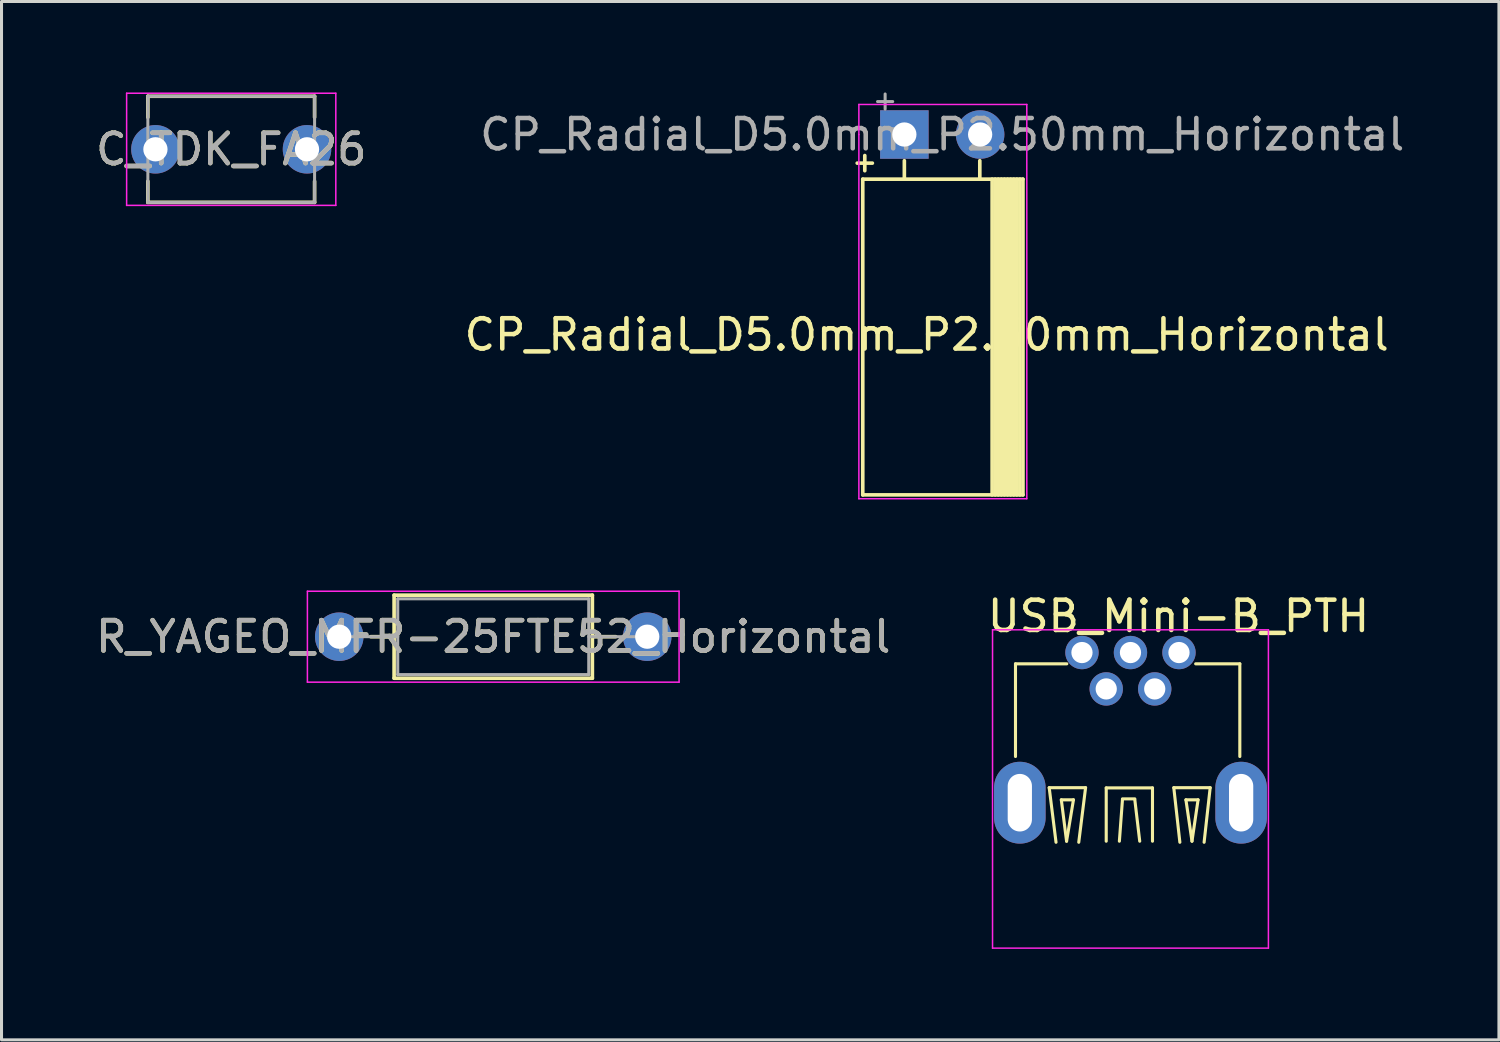
<source format=kicad_pcb>
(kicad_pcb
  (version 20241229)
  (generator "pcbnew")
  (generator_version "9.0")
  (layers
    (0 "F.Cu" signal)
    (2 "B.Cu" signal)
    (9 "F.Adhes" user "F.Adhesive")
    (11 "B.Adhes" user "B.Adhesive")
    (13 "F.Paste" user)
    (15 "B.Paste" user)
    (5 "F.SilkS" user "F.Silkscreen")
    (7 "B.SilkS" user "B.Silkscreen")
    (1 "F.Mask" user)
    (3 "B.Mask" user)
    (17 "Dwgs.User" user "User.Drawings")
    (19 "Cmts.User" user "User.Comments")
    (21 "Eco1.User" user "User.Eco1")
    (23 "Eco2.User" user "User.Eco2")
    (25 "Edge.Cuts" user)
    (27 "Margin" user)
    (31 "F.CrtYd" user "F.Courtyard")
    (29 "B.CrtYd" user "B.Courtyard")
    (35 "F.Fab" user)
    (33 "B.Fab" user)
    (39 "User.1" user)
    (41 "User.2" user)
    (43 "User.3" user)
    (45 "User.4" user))
  (footprint "R_YAGEO_MFR-25FTE52_Horizontal"
    (layer "F.Cu")
    (at 8.14 17.952)
    (property "Reference" "R_YAGEO_MFR-25FTE52_Horizontal" (at 5.08 0 0) (layer "F.SilkS") (effects (font (size 1 1) (thickness 0.15))))
    (attr through_hole)
    (fp_line (start 1.04 0) (end 1.81 0) (stroke (width 0.12) (type solid)) (layer "F.SilkS"))
    (fp_line (start 1.81 -1.37) (end 1.81 1.37) (stroke (width 0.12) (type solid)) (layer "F.SilkS"))
    (fp_line (start 1.81 1.37) (end 8.35 1.37) (stroke (width 0.12) (type solid)) (layer "F.SilkS"))
    (fp_line (start 8.35 -1.37) (end 1.81 -1.37) (stroke (width 0.12) (type solid)) (layer "F.SilkS"))
    (fp_line (start 8.35 1.37) (end 8.35 -1.37) (stroke (width 0.12) (type solid)) (layer "F.SilkS"))
    (fp_line (start 9.12 0) (end 8.35 0) (stroke (width 0.12) (type solid)) (layer "F.SilkS"))
    (fp_line (start -1.05 -1.5) (end -1.05 1.5) (stroke (width 0.05) (type solid)) (layer "F.CrtYd"))
    (fp_line (start -1.05 1.5) (end 11.21 1.5) (stroke (width 0.05) (type solid)) (layer "F.CrtYd"))
    (fp_line (start 11.21 -1.5) (end -1.05 -1.5) (stroke (width 0.05) (type solid)) (layer "F.CrtYd"))
    (fp_line (start 11.21 1.5) (end 11.21 -1.5) (stroke (width 0.05) (type solid)) (layer "F.CrtYd"))
    (fp_line (start 0 0) (end 1.93 0) (stroke (width 0.1) (type solid)) (layer "F.Fab"))
    (fp_line (start 1.93 -1.25) (end 1.93 1.25) (stroke (width 0.1) (type solid)) (layer "F.Fab"))
    (fp_line (start 1.93 1.25) (end 8.23 1.25) (stroke (width 0.1) (type solid)) (layer "F.Fab"))
    (fp_line (start 8.23 -1.25) (end 1.93 -1.25) (stroke (width 0.1) (type solid)) (layer "F.Fab"))
    (fp_line (start 8.23 1.25) (end 8.23 -1.25) (stroke (width 0.1) (type solid)) (layer "F.Fab"))
    (fp_line (start 10.16 0) (end 8.23 0) (stroke (width 0.1) (type solid)) (layer "F.Fab"))
    (fp_text user "${REFERENCE}" (at 5.08 0 0) (layer "F.Fab") (effects (font (size 1 1) (thickness 0.15))))
    (pad "1" thru_hole circle (at 0 0) (size 1.6 1.6) (drill 0.8) (layers "*.Cu" "*.Mask"))
    (pad "2" thru_hole oval (at 10.16 0) (size 1.6 1.6) (drill 0.8) (layers "*.Cu" "*.Mask")))
  (footprint "C_TDK_FA26"
    (layer "F.Cu")
    (at 2.077 1.875)
    (property "Reference" "C_TDK_FA26" (at 2.5 0 0) (layer "F.SilkS") (effects (font (size 1 1) (thickness 0.15))))
    (attr through_hole)
    (fp_line (start -0.25 -1.75) (end -0.25 -1.055) (stroke (width 0.12) (type solid)) (layer "F.SilkS"))
    (fp_line (start -0.25 -1.75) (end 5.25 -1.75) (stroke (width 0.12) (type solid)) (layer "F.SilkS"))
    (fp_line (start -0.25 1.75) (end -0.25 1.055) (stroke (width 0.12) (type solid)) (layer "F.SilkS"))
    (fp_line (start -0.25 1.75) (end 5.25 1.75) (stroke (width 0.12) (type solid)) (layer "F.SilkS"))
    (fp_line (start 5.25 -1.75) (end 5.25 -1.055) (stroke (width 0.12) (type solid)) (layer "F.SilkS"))
    (fp_line (start 5.25 1.75) (end 5.25 1.055) (stroke (width 0.12) (type solid)) (layer "F.SilkS"))
    (fp_line (start -0.95 -1.85) (end -0.95 1.85) (stroke (width 0.05) (type solid)) (layer "F.CrtYd"))
    (fp_line (start -0.95 1.85) (end 5.95 1.85) (stroke (width 0.05) (type solid)) (layer "F.CrtYd"))
    (fp_line (start 5.95 -1.85) (end -0.95 -1.85) (stroke (width 0.05) (type solid)) (layer "F.CrtYd"))
    (fp_line (start 5.95 1.85) (end 5.95 -1.85) (stroke (width 0.05) (type solid)) (layer "F.CrtYd"))
    (fp_line (start -0.25 -1.75) (end -0.25 1.75) (stroke (width 0.1) (type solid)) (layer "F.Fab"))
    (fp_line (start -0.25 1.75) (end 5.25 1.75) (stroke (width 0.1) (type solid)) (layer "F.Fab"))
    (fp_line (start 5.25 -1.75) (end -0.25 -1.75) (stroke (width 0.1) (type solid)) (layer "F.Fab"))
    (fp_line (start 5.25 1.75) (end 5.25 -1.75) (stroke (width 0.1) (type solid)) (layer "F.Fab"))
    (fp_text user "${REFERENCE}" (at 2.5 0 0) (layer "F.Fab") (effects (font (size 1 1) (thickness 0.15))))
    (pad "1" thru_hole circle (at 0 0) (size 1.6 1.6) (drill 0.8) (layers "*.Cu" "*.Mask"))
    (pad "2" thru_hole circle (at 5 0) (size 1.6 1.6) (drill 0.8) (layers "*.Cu" "*.Mask")))
  (footprint "USB_Mini-B_PTH"
    (layer "F.Cu")
    (at 32.64 18.475)
    (property "Reference" "USB_Mini-B_PTH" (at -3.2 -1.2 180) (layer "F.SilkS") (effects (font (size 1 1) (thickness 0.15)) (justify left)))
    (attr through_hole)
    (fp_line (start -2.193 0.372) (end -2.193 3.429) (stroke (width 0.102) (type solid)) (layer "F.SilkS"))
    (fp_line (start -2.193 0.372) (end -0.5 0.372) (stroke (width 0.102) (type solid)) (layer "F.SilkS"))
    (fp_line (start -1.081 4.458) (end 0.119 4.458) (stroke (width 0.102) (type solid)) (layer "F.SilkS"))
    (fp_line (start -0.856 6.258) (end -1.081 4.458) (stroke (width 0.102) (type solid)) (layer "F.SilkS"))
    (fp_line (start -0.681 4.858) (end -0.281 4.858) (stroke (width 0.102) (type solid)) (layer "F.SilkS"))
    (fp_line (start -0.508 6.223) (end -0.681 4.858) (stroke (width 0.102) (type solid)) (layer "F.SilkS"))
    (fp_line (start -0.281 4.858) (end -0.508 6.223) (stroke (width 0.102) (type solid)) (layer "F.SilkS"))
    (fp_line (start 0.119 4.458) (end -0.106 6.258) (stroke (width 0.102) (type solid)) (layer "F.SilkS"))
    (fp_line (start 0.8 4.465) (end 2.326 4.465) (stroke (width 0.102) (type solid)) (layer "F.SilkS"))
    (fp_line (start 0.8 6.223) (end 0.8 4.465) (stroke (width 0.102) (type solid)) (layer "F.SilkS"))
    (fp_line (start 1.336 4.846) (end 1.234 6.223) (stroke (width 0.102) (type solid)) (layer "F.SilkS"))
    (fp_line (start 1.742 4.826) (end 1.336 4.826) (stroke (width 0.102) (type solid)) (layer "F.SilkS"))
    (fp_line (start 1.905 6.223) (end 1.742 4.846) (stroke (width 0.102) (type solid)) (layer "F.SilkS"))
    (fp_line (start 2.326 4.465) (end 2.326 6.223) (stroke (width 0.102) (type solid)) (layer "F.SilkS"))
    (fp_line (start 3.029 4.458) (end 4.229 4.458) (stroke (width 0.102) (type solid)) (layer "F.SilkS"))
    (fp_line (start 3.229 6.258) (end 3.029 4.458) (stroke (width 0.102) (type solid)) (layer "F.SilkS"))
    (fp_line (start 3.429 4.858) (end 3.829 4.858) (stroke (width 0.102) (type solid)) (layer "F.SilkS"))
    (fp_line (start 3.629 6.223) (end 3.429 4.858) (stroke (width 0.102) (type solid)) (layer "F.SilkS"))
    (fp_line (start 3.75 0.372) (end 5.207 0.372) (stroke (width 0.102) (type solid)) (layer "F.SilkS"))
    (fp_line (start 3.829 4.858) (end 3.629 6.223) (stroke (width 0.102) (type solid)) (layer "F.SilkS"))
    (fp_line (start 4.229 4.458) (end 4.029 6.258) (stroke (width 0.102) (type solid)) (layer "F.SilkS"))
    (fp_line (start 5.207 0.372) (end 5.207 3.429) (stroke (width 0.102) (type solid)) (layer "F.SilkS"))
    (fp_line (start -2.95 -0.75) (end -2.95 9.75) (stroke (width 0.05) (type solid)) (layer "F.CrtYd"))
    (fp_line (start -2.95 9.75) (end 6.15 9.75) (stroke (width 0.05) (type solid)) (layer "F.CrtYd"))
    (fp_line (start 6.15 -0.75) (end -2.95 -0.75) (stroke (width 0.05) (type solid)) (layer "F.CrtYd"))
    (fp_line (start 6.15 9.75) (end 6.15 -0.75) (stroke (width 0.05) (type solid)) (layer "F.CrtYd"))
    (pad "1" thru_hole circle (at 0 0 270) (size 1.1 1.1) (drill 0.7) (layers "*.Cu" "*.Mask"))
    (pad "2" thru_hole circle (at 0.8 1.2 270) (size 1.1 1.1) (drill 0.7) (layers "*.Cu" "*.Mask"))
    (pad "3" thru_hole circle (at 1.6 0 270) (size 1.1 1.1) (drill 0.7) (layers "*.Cu" "*.Mask"))
    (pad "4" thru_hole circle (at 2.4 1.2 270) (size 1.1 1.1) (drill 0.7) (layers "*.Cu" "*.Mask"))
    (pad "5" thru_hole circle (at 3.2 0 270) (size 1.1 1.1) (drill 0.7) (layers "*.Cu" "*.Mask"))
    (pad "6" thru_hole oval (at -2.05 4.953 270) (size 2.7 1.7) (drill oval 1.9 0.8) (layers "*.Cu" "*.Mask"))
    (pad "6" thru_hole oval (at 5.25 4.953 270) (size 2.7 1.7) (drill oval 1.9 0.8) (layers "*.Cu" "*.Mask")))
  (footprint "CP_Radial_D5.0mm_P2.50mm_Horizontal"
    (layer "F.Cu")
    (at 26.781 1.387)
    (property "Reference" "CP_Radial_D5.0mm_P2.50mm_Horizontal" (at 0.737 6.604 0) (layer "F.SilkS") (effects (font (size 1 1) (thickness 0.15))))
    (attr through_hole)
    (fp_line (start -1.555 0.944) (end -1.055 0.944) (stroke (width 0.12) (type solid)) (layer "F.SilkS"))
    (fp_line (start -1.372 1.473) (end -1.372 11.887) (stroke (width 0.12) (type solid)) (layer "F.SilkS"))
    (fp_line (start -1.372 1.473) (end 3.912 1.473) (stroke (width 0.12) (type solid)) (layer "F.SilkS"))
    (fp_line (start -1.372 11.887) (end 3.912 11.887) (stroke (width 0.12) (type solid)) (layer "F.SilkS"))
    (fp_line (start -1.305 0.694) (end -1.305 1.194) (stroke (width 0.12) (type solid)) (layer "F.SilkS"))
    (fp_line (start 0 0.864) (end 0 1.473) (stroke (width 0.12) (type solid)) (layer "F.SilkS"))
    (fp_line (start 2.489 0.864) (end 2.489 1.473) (stroke (width 0.12) (type solid)) (layer "F.SilkS"))
    (fp_line (start 2.896 1.473) (end 2.896 11.887) (stroke (width 0.12) (type solid)) (layer "F.SilkS"))
    (fp_line (start 2.997 1.473) (end 2.997 11.887) (stroke (width 0.12) (type solid)) (layer "F.SilkS"))
    (fp_line (start 3.099 1.473) (end 3.099 11.887) (stroke (width 0.12) (type solid)) (layer "F.SilkS"))
    (fp_line (start 3.2 1.473) (end 3.2 11.887) (stroke (width 0.12) (type solid)) (layer "F.SilkS"))
    (fp_line (start 3.302 1.473) (end 3.302 11.887) (stroke (width 0.12) (type solid)) (layer "F.SilkS"))
    (fp_line (start 3.404 1.473) (end 3.404 11.887) (stroke (width 0.12) (type solid)) (layer "F.SilkS"))
    (fp_line (start 3.505 1.473) (end 3.505 11.887) (stroke (width 0.12) (type solid)) (layer "F.SilkS"))
    (fp_line (start 3.607 1.473) (end 3.607 11.887) (stroke (width 0.12) (type solid)) (layer "F.SilkS"))
    (fp_line (start 3.708 1.473) (end 3.708 11.887) (stroke (width 0.12) (type solid)) (layer "F.SilkS"))
    (fp_line (start 3.81 1.473) (end 3.81 11.887) (stroke (width 0.12) (type solid)) (layer "F.SilkS"))
    (fp_line (start 3.912 11.887) (end 3.912 1.473) (stroke (width 0.12) (type solid)) (layer "F.SilkS"))
    (fp_line (start -1.5 -0.991) (end -1.5 0) (stroke (width 0.05) (type solid)) (layer "F.CrtYd"))
    (fp_line (start -1.5 0) (end -1.5 12.014) (stroke (width 0.05) (type solid)) (layer "F.CrtYd"))
    (fp_line (start -1.5 12.014) (end 4.039 12.014) (stroke (width 0.05) (type solid)) (layer "F.CrtYd"))
    (fp_line (start 4.039 -0.991) (end -1.5 -0.991) (stroke (width 0.05) (type solid)) (layer "F.CrtYd"))
    (fp_line (start 4.039 12.014) (end 4.039 -0.991) (stroke (width 0.05) (type solid)) (layer "F.CrtYd"))
    (fp_line (start -0.884 -1.087) (end -0.384 -1.087) (stroke (width 0.1) (type solid)) (layer "F.Fab"))
    (fp_line (start -0.634 -1.337) (end -0.634 -0.838) (stroke (width 0.1) (type solid)) (layer "F.Fab"))
    (fp_text user "${REFERENCE}" (at 1.25 0 0) (layer "F.Fab") (effects (font (size 1 1) (thickness 0.15))))
    (pad "1" thru_hole rect (at 0 0) (size 1.6 1.6) (drill 0.8) (layers "*.Cu" "*.Mask"))
    (pad "2" thru_hole circle (at 2.5 0) (size 1.6 1.6) (drill 0.8) (layers "*.Cu" "*.Mask")))
  (gr_rect
    (start -3 -3)
    (end 46.394 31.25)
    (stroke (width 0.1) (type default))
    (fill no)
    (layer "Edge.Cuts")))
</source>
